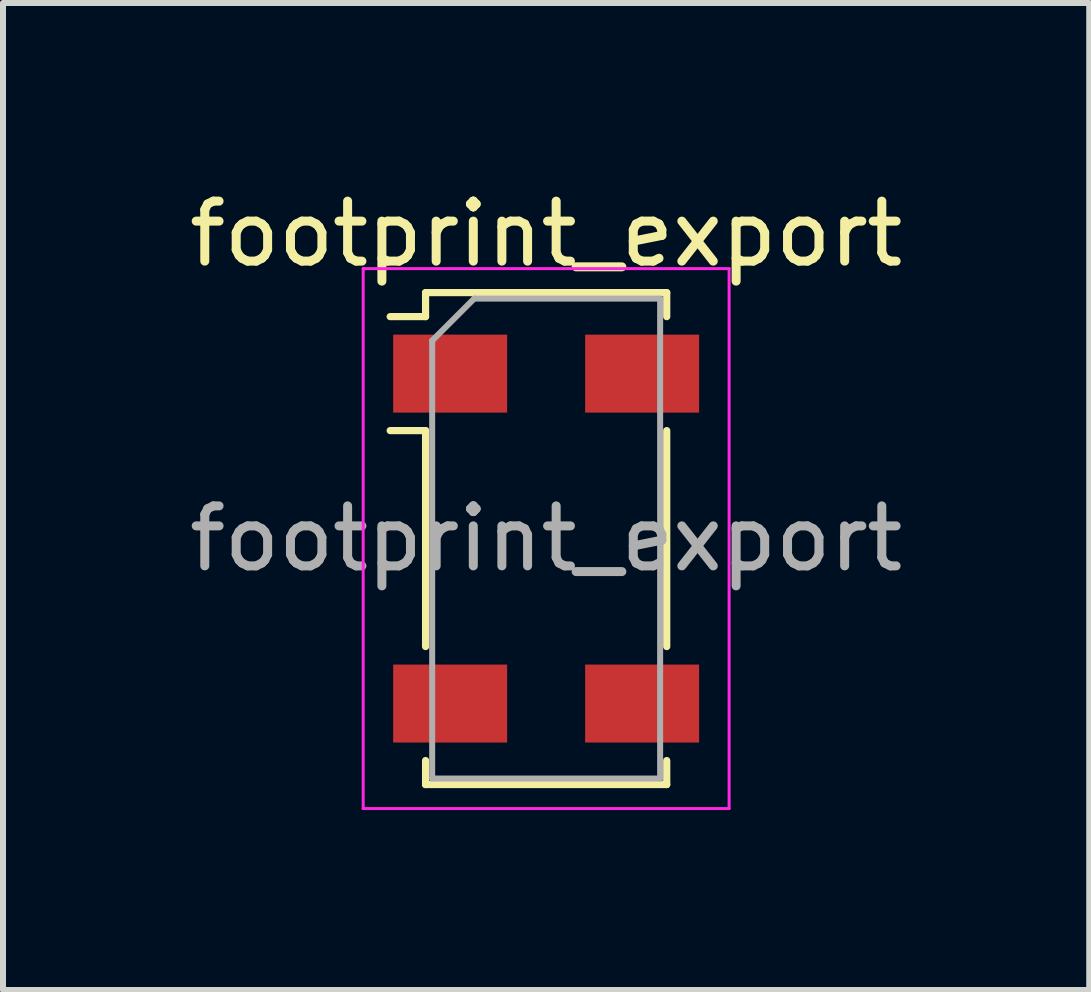
<source format=kicad_pcb>
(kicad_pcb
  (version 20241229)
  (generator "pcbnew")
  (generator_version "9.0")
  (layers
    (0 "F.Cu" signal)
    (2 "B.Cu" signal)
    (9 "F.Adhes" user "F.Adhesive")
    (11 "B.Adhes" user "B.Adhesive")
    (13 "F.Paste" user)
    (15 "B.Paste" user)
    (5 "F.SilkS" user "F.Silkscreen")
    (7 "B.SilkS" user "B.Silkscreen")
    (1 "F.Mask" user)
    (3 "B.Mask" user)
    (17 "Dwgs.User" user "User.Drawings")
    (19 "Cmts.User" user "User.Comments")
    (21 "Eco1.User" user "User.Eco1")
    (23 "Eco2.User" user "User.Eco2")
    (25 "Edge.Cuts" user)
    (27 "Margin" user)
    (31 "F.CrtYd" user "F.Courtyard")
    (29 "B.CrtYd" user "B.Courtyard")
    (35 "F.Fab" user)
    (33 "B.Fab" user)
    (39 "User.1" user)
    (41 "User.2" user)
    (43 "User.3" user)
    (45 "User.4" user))
  (footprint "footprint_export"
    (layer "F.Cu")
    (at 6.054 5.928)
    (property "Reference" "footprint_export" (at 0 -5.08 0) (layer "F.SilkS") (effects (font (size 1 1) (thickness 0.15))))
    (attr smd)
    (fp_line (start -2.6 -3.7) (end -2.01 -3.7) (stroke (width 0.12) (type solid)) (layer "F.SilkS"))
    (fp_line (start -2.01 -4.1) (end -2.01 -3.7) (stroke (width 0.12) (type solid)) (layer "F.SilkS"))
    (fp_line (start -2.01 -1.8) (end -2.6 -1.8) (stroke (width 0.12) (type solid)) (layer "F.SilkS"))
    (fp_line (start -2.01 -1.8) (end -2.01 1.8) (stroke (width 0.12) (type solid)) (layer "F.SilkS"))
    (fp_line (start -2.01 4.1) (end -2.01 3.7) (stroke (width 0.12) (type solid)) (layer "F.SilkS"))
    (fp_line (start 2.01 -4.1) (end -2.01 -4.1) (stroke (width 0.12) (type solid)) (layer "F.SilkS"))
    (fp_line (start 2.01 -4.1) (end 2.01 -3.7) (stroke (width 0.12) (type solid)) (layer "F.SilkS"))
    (fp_line (start 2.01 -1.8) (end 2.01 1.8) (stroke (width 0.12) (type solid)) (layer "F.SilkS"))
    (fp_line (start 2.01 4.1) (end -2.01 4.1) (stroke (width 0.12) (type solid)) (layer "F.SilkS"))
    (fp_line (start 2.01 4.1) (end 2.01 3.7) (stroke (width 0.12) (type solid)) (layer "F.SilkS"))
    (fp_line (start -3.05 -4.5) (end -3.05 4.5) (stroke (width 0.05) (type solid)) (layer "F.CrtYd"))
    (fp_line (start -3.05 4.5) (end 3.05 4.5) (stroke (width 0.05) (type solid)) (layer "F.CrtYd"))
    (fp_line (start 3.05 -4.5) (end -3.05 -4.5) (stroke (width 0.05) (type solid)) (layer "F.CrtYd"))
    (fp_line (start 3.05 4.5) (end 3.05 -4.5) (stroke (width 0.05) (type solid)) (layer "F.CrtYd"))
    (fp_line (start -1.9 -3.3) (end -1.2 -4) (stroke (width 0.1) (type solid)) (layer "F.Fab"))
    (fp_line (start -1.9 4) (end -1.9 -3.3) (stroke (width 0.1) (type solid)) (layer "F.Fab"))
    (fp_line (start -1.2 -4) (end 1.9 -4) (stroke (width 0.1) (type solid)) (layer "F.Fab"))
    (fp_line (start 1.9 -4) (end 1.9 4) (stroke (width 0.1) (type solid)) (layer "F.Fab"))
    (fp_line (start 1.9 4) (end -1.9 4) (stroke (width 0.1) (type solid)) (layer "F.Fab"))
    (fp_text user "${REFERENCE}" (at 0 0 0) (layer "F.Fab") (effects (font (size 1 1) (thickness 0.15))))
    (pad "1" smd rect (at -1.6 -2.75 270) (size 1.3 1.9) (layers "F.Cu" "F.Mask" "F.Paste"))
    (pad "2" smd rect (at -1.6 2.75 270) (size 1.3 1.9) (layers "F.Cu" "F.Mask" "F.Paste"))
    (pad "3" smd rect (at 1.6 2.75 270) (size 1.3 1.9) (layers "F.Cu" "F.Mask" "F.Paste"))
    (pad "4" smd rect (at 1.6 -2.75 270) (size 1.3 1.9) (layers "F.Cu" "F.Mask" "F.Paste")))
  (gr_rect
    (start -3 -3)
    (end 15.107 13.453)
    (stroke (width 0.1) (type default))
    (fill no)
    (layer "Edge.Cuts")))
</source>
